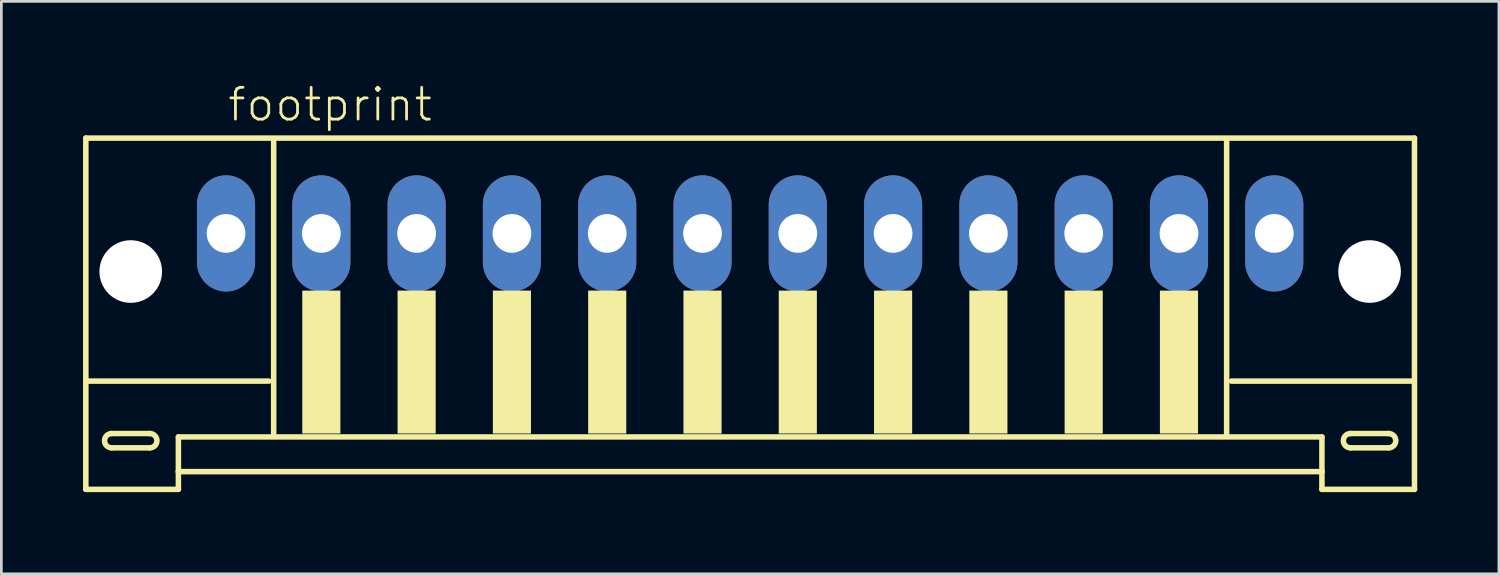
<source format=kicad_pcb>
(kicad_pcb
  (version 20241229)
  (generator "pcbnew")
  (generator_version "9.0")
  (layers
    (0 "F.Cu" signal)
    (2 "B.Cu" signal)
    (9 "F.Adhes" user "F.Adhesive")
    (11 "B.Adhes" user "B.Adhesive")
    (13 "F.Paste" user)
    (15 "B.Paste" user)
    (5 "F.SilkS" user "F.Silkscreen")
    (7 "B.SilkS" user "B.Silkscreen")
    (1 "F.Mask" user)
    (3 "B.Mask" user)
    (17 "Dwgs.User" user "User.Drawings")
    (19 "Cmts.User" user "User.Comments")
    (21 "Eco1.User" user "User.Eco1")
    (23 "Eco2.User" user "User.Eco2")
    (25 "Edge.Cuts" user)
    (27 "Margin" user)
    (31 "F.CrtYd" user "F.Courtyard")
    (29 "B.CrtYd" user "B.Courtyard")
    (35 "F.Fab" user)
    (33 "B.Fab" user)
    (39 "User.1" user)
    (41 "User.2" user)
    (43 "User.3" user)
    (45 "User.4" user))
  (footprint "footprint"
    (layer "F.Cu")
    (at 24.502 7.273)
    (property "Reference" "footprint" (at -19.25 -5.8 0) (layer "F.SilkS") (effects (font (size 1.168 1.168) (thickness 0.102)) (justify left bottom)))
    (fp_line (start -24.4 -5.25) (end -24.4 7.65) (stroke (width 0.203) (type solid)) (layer "F.SilkS"))
    (fp_line (start -24.4 7.65) (end -21 7.65) (stroke (width 0.203) (type solid)) (layer "F.SilkS"))
    (fp_line (start -23.45 5.6) (end -22.05 5.6) (stroke (width 0.203) (type solid)) (layer "F.SilkS"))
    (fp_line (start -22.05 6.125) (end -23.45 6.125) (stroke (width 0.203) (type solid)) (layer "F.SilkS"))
    (fp_line (start -21 5.725) (end 21 5.725) (stroke (width 0.203) (type solid)) (layer "F.SilkS"))
    (fp_line (start -21 7) (end -21 5.725) (stroke (width 0.203) (type solid)) (layer "F.SilkS"))
    (fp_line (start -21 7) (end 21 7) (stroke (width 0.203) (type solid)) (layer "F.SilkS"))
    (fp_line (start -21 7.65) (end -21 7) (stroke (width 0.203) (type solid)) (layer "F.SilkS"))
    (fp_line (start -17.675 3.675) (end -24.325 3.675) (stroke (width 0.203) (type solid)) (layer "F.SilkS"))
    (fp_line (start -17.5 -5.125) (end -17.5 5.6) (stroke (width 0.203) (type solid)) (layer "F.SilkS"))
    (fp_line (start 17.5 5.6) (end 17.5 -5.125) (stroke (width 0.203) (type solid)) (layer "F.SilkS"))
    (fp_line (start 21 5.725) (end 21 7) (stroke (width 0.203) (type solid)) (layer "F.SilkS"))
    (fp_line (start 21 7) (end 21 7.65) (stroke (width 0.203) (type solid)) (layer "F.SilkS"))
    (fp_line (start 21 7.65) (end 24.4 7.65) (stroke (width 0.203) (type solid)) (layer "F.SilkS"))
    (fp_line (start 22.05 5.6) (end 23.45 5.6) (stroke (width 0.203) (type solid)) (layer "F.SilkS"))
    (fp_line (start 23.45 6.125) (end 22.05 6.125) (stroke (width 0.203) (type solid)) (layer "F.SilkS"))
    (fp_line (start 24.325 3.675) (end 17.675 3.675) (stroke (width 0.203) (type solid)) (layer "F.SilkS"))
    (fp_line (start 24.4 -5.25) (end -24.4 -5.25) (stroke (width 0.203) (type solid)) (layer "F.SilkS"))
    (fp_line (start 24.4 7.65) (end 24.4 -5.25) (stroke (width 0.203) (type solid)) (layer "F.SilkS"))
    (fp_arc (start -23.45 6.125) (mid -23.7125 5.8625) (end -23.45 5.6) (stroke (width 0.2032) (type solid)) (layer "F.SilkS"))
    (fp_arc (start -22.05 5.6) (mid -21.7875 5.8625) (end -22.05 6.125) (stroke (width 0.2032) (type solid)) (layer "F.SilkS"))
    (fp_arc (start 22.05 6.125) (mid 21.7875 5.8625) (end 22.05 5.6) (stroke (width 0.2032) (type solid)) (layer "F.SilkS"))
    (fp_arc (start 23.45 5.6) (mid 23.7125 5.8625) (end 23.45 6.125) (stroke (width 0.2032) (type solid)) (layer "F.SilkS"))
    (fp_poly (pts (xy -16.45 5.6) (xy -15.05 5.6) (xy -15.05 0.35) (xy -16.45 0.35)) (stroke (width 0) (type solid)) (fill yes) (layer "F.SilkS"))
    (fp_poly (pts (xy -12.95 5.6) (xy -11.55 5.6) (xy -11.55 0.35) (xy -12.95 0.35)) (stroke (width 0) (type solid)) (fill yes) (layer "F.SilkS"))
    (fp_poly (pts (xy -9.45 5.6) (xy -8.05 5.6) (xy -8.05 0.35) (xy -9.45 0.35)) (stroke (width 0) (type solid)) (fill yes) (layer "F.SilkS"))
    (fp_poly (pts (xy -5.95 5.6) (xy -4.55 5.6) (xy -4.55 0.35) (xy -5.95 0.35)) (stroke (width 0) (type solid)) (fill yes) (layer "F.SilkS"))
    (fp_poly (pts (xy -2.45 5.6) (xy -1.05 5.6) (xy -1.05 0.35) (xy -2.45 0.35)) (stroke (width 0) (type solid)) (fill yes) (layer "F.SilkS"))
    (fp_poly (pts (xy 1.05 5.6) (xy 2.45 5.6) (xy 2.45 0.35) (xy 1.05 0.35)) (stroke (width 0) (type solid)) (fill yes) (layer "F.SilkS"))
    (fp_poly (pts (xy 4.55 5.6) (xy 5.95 5.6) (xy 5.95 0.35) (xy 4.55 0.35)) (stroke (width 0) (type solid)) (fill yes) (layer "F.SilkS"))
    (fp_poly (pts (xy 8.05 5.6) (xy 9.45 5.6) (xy 9.45 0.35) (xy 8.05 0.35)) (stroke (width 0) (type solid)) (fill yes) (layer "F.SilkS"))
    (fp_poly (pts (xy 11.55 5.6) (xy 12.95 5.6) (xy 12.95 0.35) (xy 11.55 0.35)) (stroke (width 0) (type solid)) (fill yes) (layer "F.SilkS"))
    (fp_poly (pts (xy 15.05 5.6) (xy 16.45 5.6) (xy 16.45 0.35) (xy 15.05 0.35)) (stroke (width 0) (type solid)) (fill yes) (layer "F.SilkS"))
    (pad "" np_thru_hole circle (at -22.75 -0.35) (size 2.3 2.3) (drill 2.3) (layers "*.Cu" "*.Mask"))
    (pad "" np_thru_hole circle (at 22.75 -0.35) (size 2.3 2.3) (drill 2.3) (layers "*.Cu" "*.Mask"))
    (pad "1" thru_hole oval (at -19.25 -1.75 90) (size 4.267 2.134) (drill 1.422) (layers "*.Cu" "*.Mask"))
    (pad "2" thru_hole oval (at -15.75 -1.75 90) (size 4.267 2.134) (drill 1.422) (layers "*.Cu" "*.Mask"))
    (pad "3" thru_hole oval (at -12.25 -1.75 90) (size 4.267 2.134) (drill 1.422) (layers "*.Cu" "*.Mask"))
    (pad "4" thru_hole oval (at -8.75 -1.75 90) (size 4.267 2.134) (drill 1.422) (layers "*.Cu" "*.Mask"))
    (pad "5" thru_hole oval (at -5.25 -1.75 90) (size 4.267 2.134) (drill 1.422) (layers "*.Cu" "*.Mask"))
    (pad "6" thru_hole oval (at -1.75 -1.75 90) (size 4.267 2.134) (drill 1.422) (layers "*.Cu" "*.Mask"))
    (pad "7" thru_hole oval (at 1.75 -1.75 90) (size 4.267 2.134) (drill 1.422) (layers "*.Cu" "*.Mask"))
    (pad "8" thru_hole oval (at 5.25 -1.75 90) (size 4.267 2.134) (drill 1.422) (layers "*.Cu" "*.Mask"))
    (pad "9" thru_hole oval (at 8.75 -1.75 90) (size 4.267 2.134) (drill 1.422) (layers "*.Cu" "*.Mask"))
    (pad "10" thru_hole oval (at 12.25 -1.75 90) (size 4.267 2.134) (drill 1.422) (layers "*.Cu" "*.Mask"))
    (pad "11" thru_hole oval (at 15.75 -1.75 90) (size 4.267 2.134) (drill 1.422) (layers "*.Cu" "*.Mask"))
    (pad "12" thru_hole oval (at 19.25 -1.75 90) (size 4.267 2.134) (drill 1.422) (layers "*.Cu" "*.Mask")))
  (gr_rect
    (start -3 -3)
    (end 52.003 18.025)
    (stroke (width 0.1) (type default))
    (fill no)
    (layer "Edge.Cuts")))
</source>
